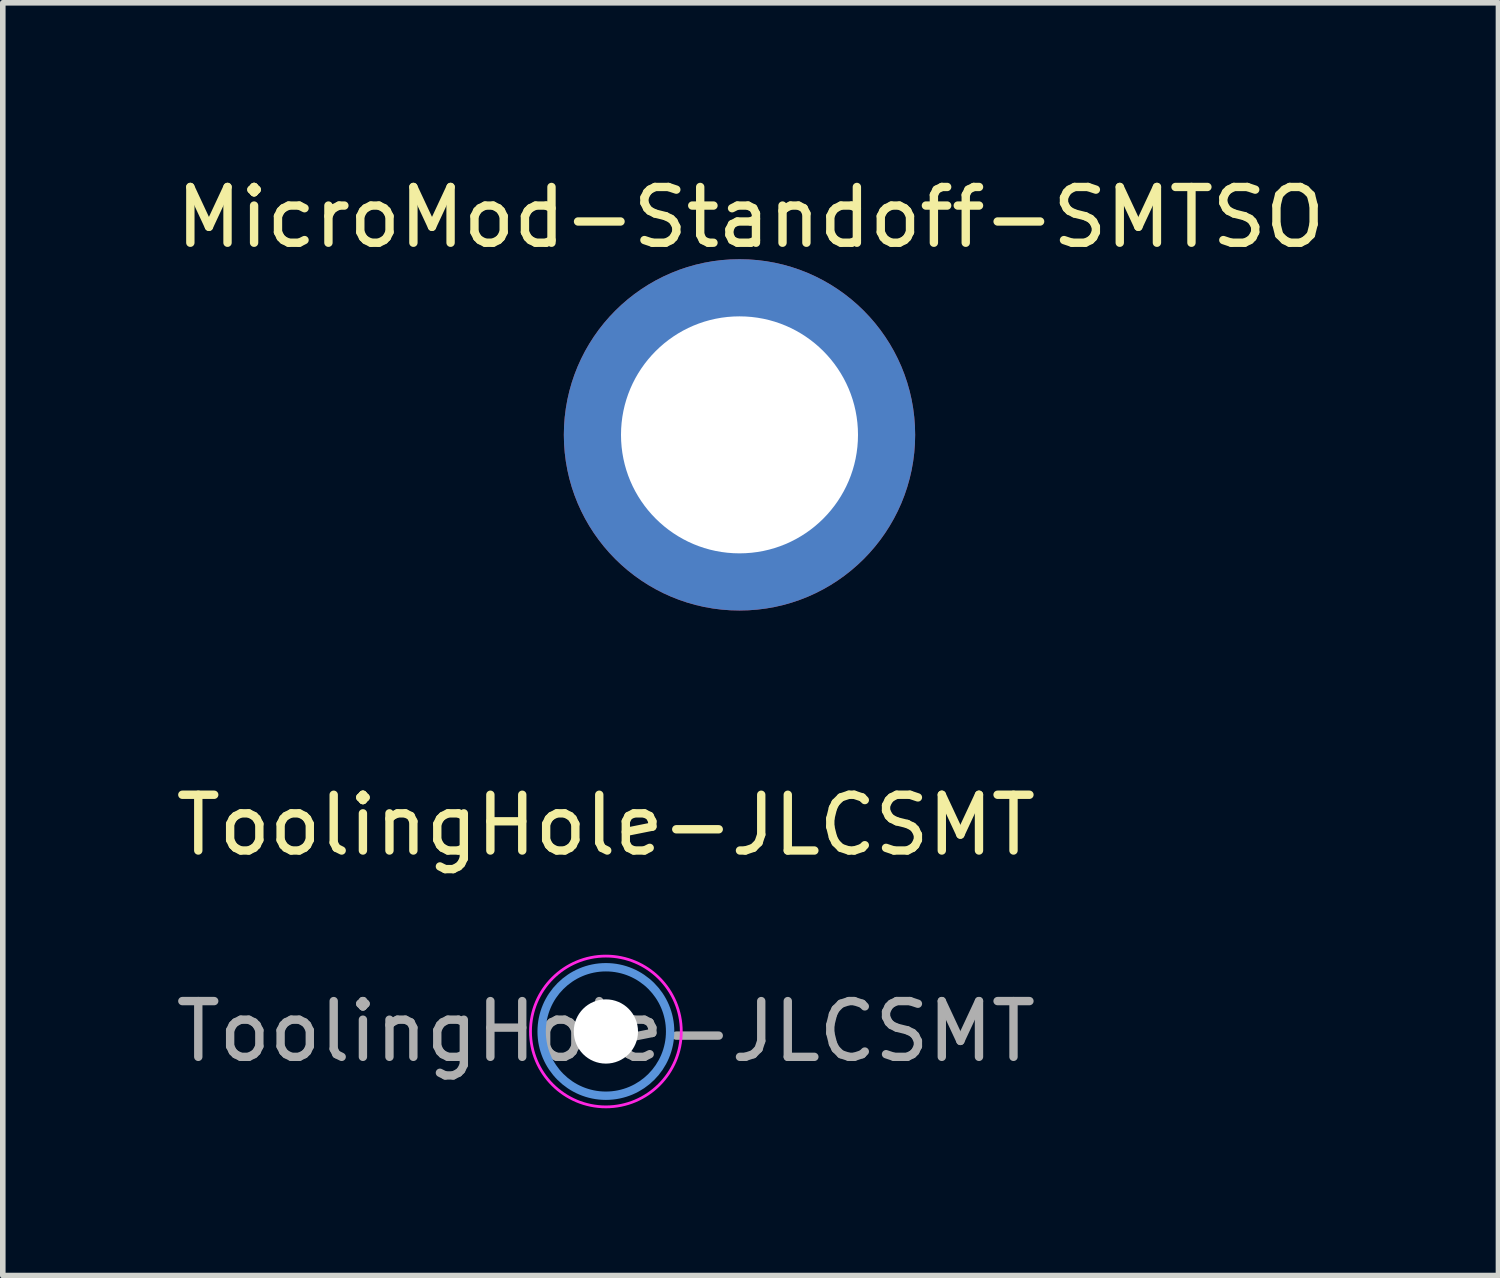
<source format=kicad_pcb>
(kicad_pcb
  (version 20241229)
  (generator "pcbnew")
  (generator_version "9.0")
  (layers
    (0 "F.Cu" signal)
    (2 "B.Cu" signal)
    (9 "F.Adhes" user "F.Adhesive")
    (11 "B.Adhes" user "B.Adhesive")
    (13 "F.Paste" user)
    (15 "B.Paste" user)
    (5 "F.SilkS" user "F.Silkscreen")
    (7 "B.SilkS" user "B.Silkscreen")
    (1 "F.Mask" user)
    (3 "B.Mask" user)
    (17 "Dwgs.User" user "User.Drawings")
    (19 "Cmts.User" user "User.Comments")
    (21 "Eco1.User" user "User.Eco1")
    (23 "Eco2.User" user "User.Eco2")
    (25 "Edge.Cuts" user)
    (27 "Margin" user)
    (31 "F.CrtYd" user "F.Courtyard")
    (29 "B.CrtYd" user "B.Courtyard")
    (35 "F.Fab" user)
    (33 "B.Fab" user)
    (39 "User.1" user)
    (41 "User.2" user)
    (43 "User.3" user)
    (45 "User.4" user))
  (footprint "MicroMod-Standoff-SMTSO"
    (layer "F.Cu")
    (at 10.211 4.748)
    (property "Reference" "MicroMod-Standoff-SMTSO" (at 0.2 -3.9 0) (layer "F.SilkS") (effects (font (size 1 1) (thickness 0.15))))
    (attr through_hole)
    (pad "1" smd custom (at -1.93 -1.93) (size 0.75 0.75) (layers "F.Cu" "F.Mask" "F.Paste") (options (anchor circle)) (primitives (gr_poly (pts (arc (start -0.383132 1.8288) (mid 0.292903 0.292874) (end 1.8288 -0.383226)) (arc (start 1.828844 -1.195449) (mid -0.280999 -0.281058) (end -1.195352 1.8288))) (width 0) (fill yes))))
    (pad "1" smd custom (at -1.93 1.93) (size 0.75 0.75) (layers "F.Cu" "F.Mask" "F.Paste") (options (anchor circle)) (primitives (gr_poly (pts (arc (start -0.383132 -1.8288) (mid 0.292903 -0.292874) (end 1.8288 0.383226)) (arc (start 1.828844 1.195449) (mid -0.280999 0.281058) (end -1.195352 -1.8288))) (width 0) (fill yes))))
    (pad "1" thru_hole circle (at 0 0) (size 6.3 6.3) (drill 4.25) (layers "*.Cu" "*.Mask"))
    (pad "1" smd custom (at 1.93 -1.905) (size 0.75 0.75) (layers "F.Cu" "F.Mask" "F.Paste") (options (anchor circle)) (primitives (gr_poly (pts (arc (start 0.38323 1.8034) (mid -0.292805 0.267474) (end -1.828702 -0.408626)) (arc (start -1.828746 -1.220849) (mid 0.281097 -0.306458) (end 1.19545 1.8034))) (width 0) (fill yes))))
    (pad "1" smd custom (at 1.93 1.93) (size 0.75 0.75) (layers "F.Cu" "F.Mask" "F.Paste") (options (anchor circle)) (primitives (gr_poly (pts (arc (start 0.38323 -1.8288) (mid -0.292805 -0.292874) (end -1.828702 0.383226)) (arc (start -1.828746 1.195449) (mid 0.281097 0.281058) (end 1.19545 -1.8288))) (width 0) (fill yes)))))
  (footprint "ToolingHole-JLCSMT"
    (layer "F.Cu")
    (at 7.815 15.447)
    (property "Reference" "ToolingHole-JLCSMT" (at 0 -3.7 0) (layer "F.SilkS") (effects (font (size 1 1) (thickness 0.15))))
    (attr exclude_from_pos_files exclude_from_bom)
    (fp_circle (center 0 0) (end 1.152 0) (stroke (width 0.15) (type solid)) (fill no) (layer "Cmts.User"))
    (fp_circle (center 0 0) (end 1.352 0) (stroke (width 0.05) (type solid)) (fill no) (layer "F.CrtYd"))
    (fp_text user "${REFERENCE}" (at 0 0 0) (layer "F.Fab") (effects (font (size 1 1) (thickness 0.15))))
    (pad "" np_thru_hole circle (at 0 0) (size 1.152 1.152) (drill 1.152) (layers "*.Cu" "*.Mask")))
  (gr_rect
    (start -3 -3)
    (end 23.821 19.823)
    (stroke (width 0.1) (type default))
    (fill no)
    (layer "Edge.Cuts")))
</source>
